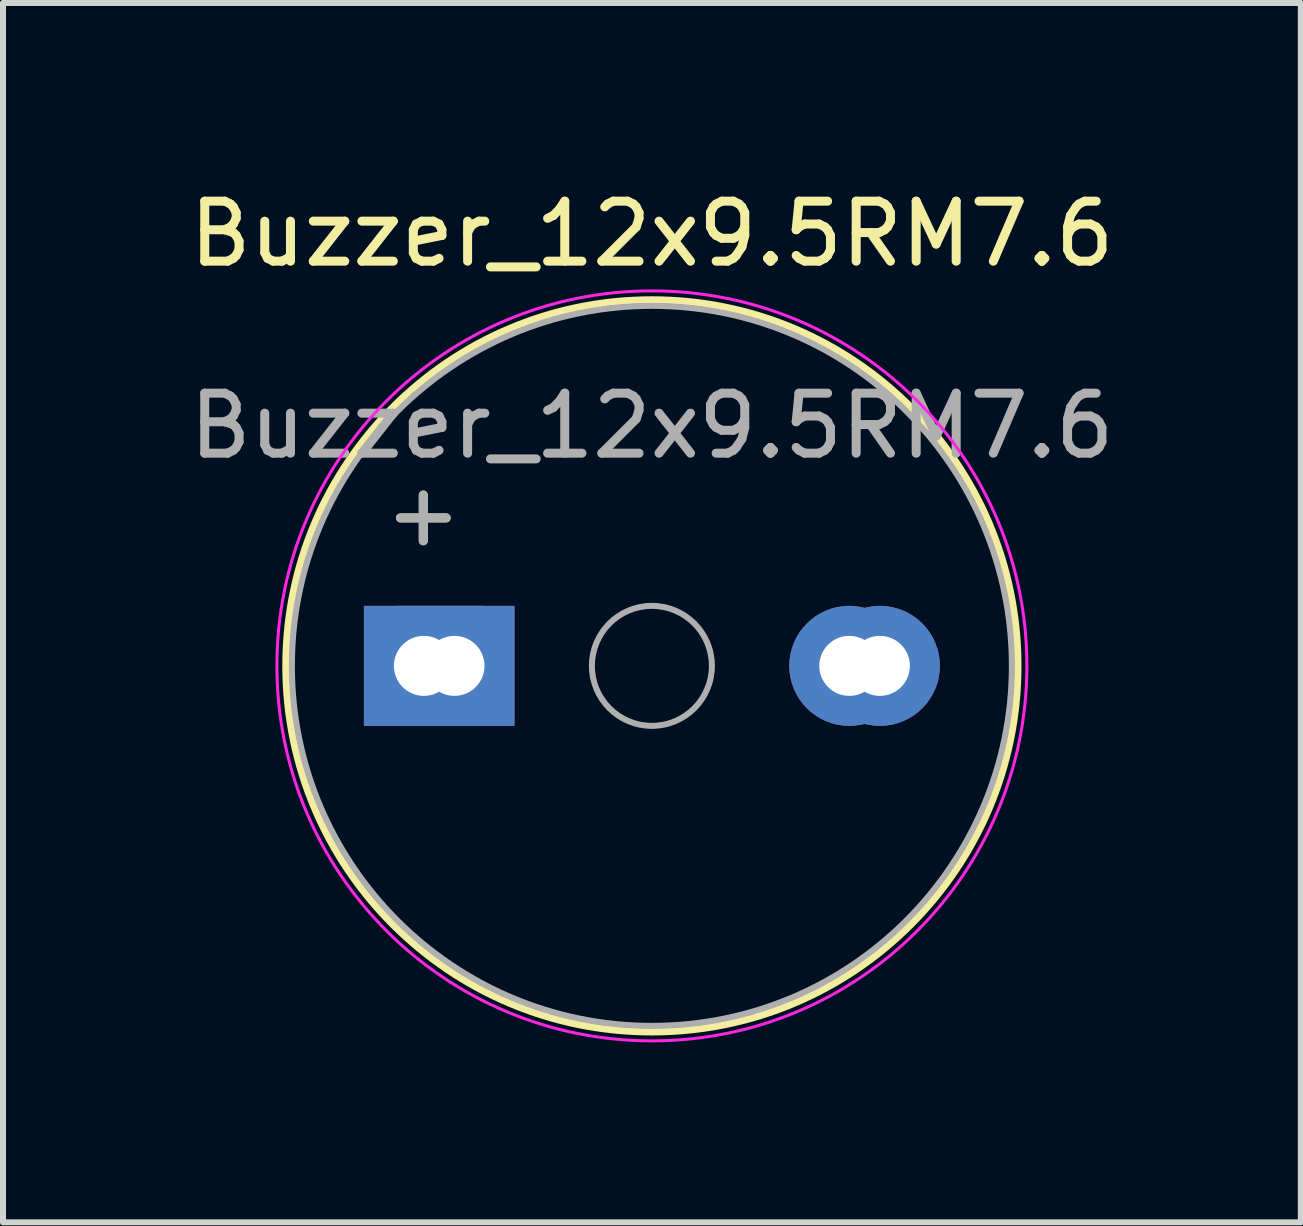
<source format=kicad_pcb>
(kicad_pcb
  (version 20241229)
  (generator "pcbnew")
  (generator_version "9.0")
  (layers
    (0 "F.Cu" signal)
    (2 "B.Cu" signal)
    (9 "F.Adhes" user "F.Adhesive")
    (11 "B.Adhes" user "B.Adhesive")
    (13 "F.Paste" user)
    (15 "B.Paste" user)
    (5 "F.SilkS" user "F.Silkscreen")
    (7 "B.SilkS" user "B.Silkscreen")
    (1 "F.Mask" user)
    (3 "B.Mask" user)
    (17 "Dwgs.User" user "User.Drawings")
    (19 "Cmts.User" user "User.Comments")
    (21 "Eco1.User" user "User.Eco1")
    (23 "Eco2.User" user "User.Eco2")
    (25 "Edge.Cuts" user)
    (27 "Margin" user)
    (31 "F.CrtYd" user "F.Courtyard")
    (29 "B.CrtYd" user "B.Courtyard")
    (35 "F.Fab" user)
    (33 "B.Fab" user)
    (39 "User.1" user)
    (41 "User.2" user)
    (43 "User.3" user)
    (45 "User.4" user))
  (footprint "Buzzer_12x9.5RM7.6"
    (layer "F.Cu")
    (at 4.015 8.048)
    (property "Reference" "Buzzer_12x9.5RM7.6" (at 3.8 -7.2 0) (layer "F.SilkS") (effects (font (size 1 1) (thickness 0.15))))
    (attr through_hole)
    (fp_circle (center 3.8 0) (end 9.9 0) (stroke (width 0.12) (type solid)) (fill no) (layer "F.SilkS"))
    (fp_circle (center 3.8 0) (end 10.05 0) (stroke (width 0.05) (type solid)) (fill no) (layer "F.CrtYd"))
    (fp_circle (center 3.8 0) (end 4.8 0) (stroke (width 0.1) (type solid)) (fill no) (layer "F.Fab"))
    (fp_circle (center 3.8 0) (end 9.8 0) (stroke (width 0.1) (type solid)) (fill no) (layer "F.Fab"))
    (fp_text user "+" (at -0.01 -2.54 0) (layer "F.SilkS") (effects (font (size 1 1) (thickness 0.15))))
    (fp_text user "+" (at -0.01 -2.54 0) (layer "F.Fab") (effects (font (size 1 1) (thickness 0.15))))
    (fp_text user "${REFERENCE}" (at 3.8 -4 0) (layer "F.Fab") (effects (font (size 1 1) (thickness 0.15))))
    (pad "1" thru_hole rect (at 0 0) (size 2 2) (drill 1) (layers "*.Cu" "*.Mask"))
    (pad "1" thru_hole rect (at 0.51 0) (size 2 2) (drill 1) (layers "*.Cu" "*.Mask"))
    (pad "2" thru_hole circle (at 7.09 0) (size 2 2) (drill 1) (layers "*.Cu" "*.Mask"))
    (pad "2" thru_hole circle (at 7.6 0) (size 2 2) (drill 1) (layers "*.Cu" "*.Mask")))
  (gr_rect
    (start -3 -3)
    (end 18.631 17.323)
    (stroke (width 0.1) (type default))
    (fill no)
    (layer "Edge.Cuts")))
</source>
